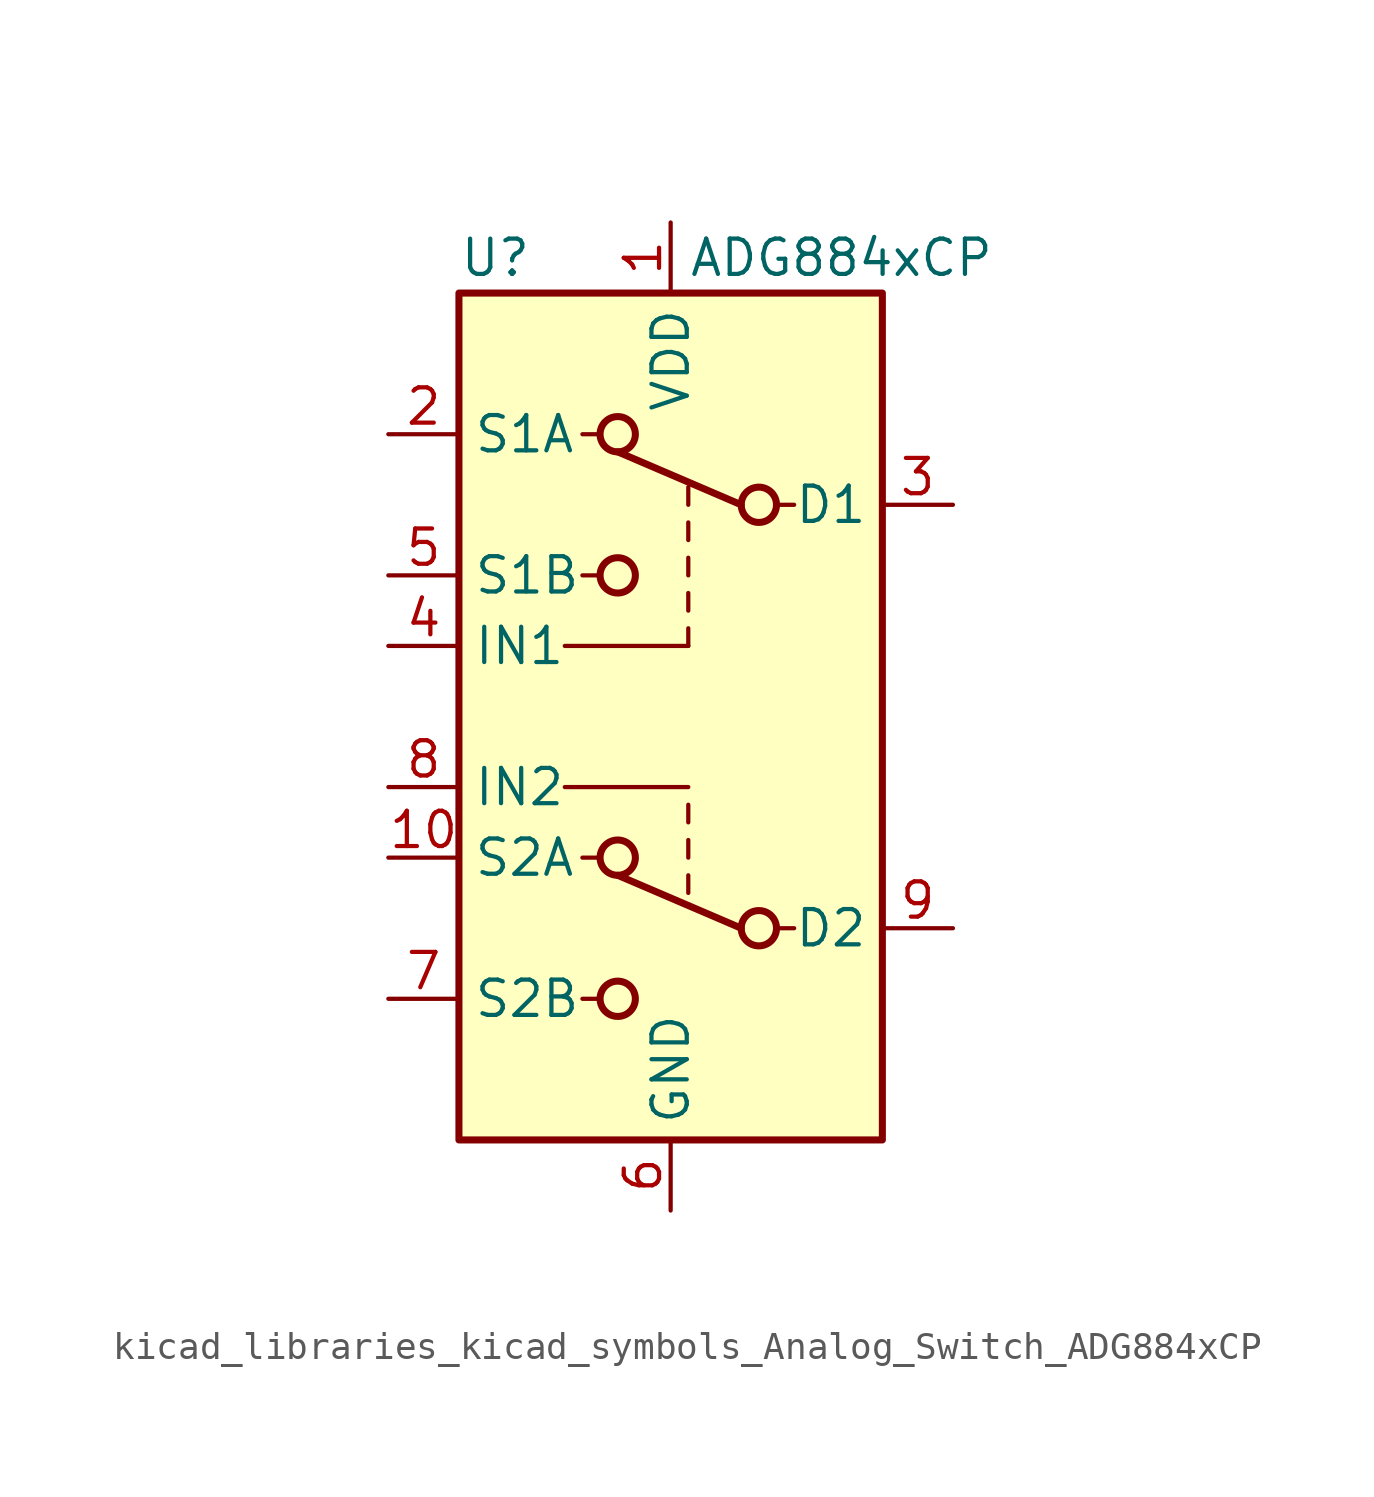
<source format=kicad_sym>
(kicad_symbol_lib
  (version 20220914)
  (generator kicad_symbol_editor)
  (symbol "kicad_libraries_kicad_symbols_Analog_Switch_ADG884xCP"
    (property "Reference" "U"
      (at -7.62 16.51 0)
      (effects (font (size 1.27 1.27)) (justify left)))
    (property "Value" "ADG884xCP"
      (at 0.635 16.51 0)
      (effects (font (size 1.27 1.27)) (justify left)))
    (symbol "kicad_libraries_kicad_symbols_Analog_Switch_ADG884xCP_0_1"
      (rectangle (start -7.62 15.24) (end 7.62 -15.24) (stroke (width 0.254) (type default)) (fill (type background)))
      (circle (center -1.905 -10.16) (radius 0.635) (stroke (width 0.254) (type default)) (fill (type none)))
      (circle (center -1.905 -5.08) (radius 0.635) (stroke (width 0.254) (type default)) (fill (type none)))
      (circle (center -1.905 5.08) (radius 0.635) (stroke (width 0.254) (type default)) (fill (type none)))
      (circle (center -1.905 10.16) (radius 0.635) (stroke (width 0.254) (type default)) (fill (type none)))
      (polyline (pts (xy -3.81 -2.54) (xy 0.635 -2.54)) (stroke (width 0) (type default)) (fill (type none)))
      (polyline (pts (xy -3.81 2.54) (xy 0.635 2.54)) (stroke (width 0) (type default)) (fill (type none)))
      (polyline (pts (xy -3.175 -10.16) (xy -2.54 -10.16)) (stroke (width 0) (type default)) (fill (type none)))
      (polyline (pts (xy -3.175 -5.08) (xy -2.54 -5.08)) (stroke (width 0) (type default)) (fill (type none)))
      (polyline (pts (xy -3.175 5.08) (xy -2.54 5.08)) (stroke (width 0) (type default)) (fill (type none)))
      (polyline (pts (xy -3.175 10.16) (xy -2.54 10.16)) (stroke (width 0) (type default)) (fill (type none)))
      (polyline (pts (xy -1.905 9.525) (xy 2.54 7.62)) (stroke (width 0.254) (type default)) (fill (type none)))
      (polyline (pts (xy 0.635 -5.715) (xy 0.635 -6.35)) (stroke (width 0) (type default)) (fill (type none)))
      (polyline (pts (xy 0.635 -4.445) (xy 0.635 -5.08)) (stroke (width 0) (type default)) (fill (type none)))
      (polyline (pts (xy 0.635 -3.175) (xy 0.635 -3.81)) (stroke (width 0) (type default)) (fill (type none)))
      (polyline (pts (xy 0.635 3.175) (xy 0.635 2.54)) (stroke (width 0) (type default)) (fill (type none)))
      (polyline (pts (xy 0.635 4.445) (xy 0.635 3.81)) (stroke (width 0) (type default)) (fill (type none)))
      (polyline (pts (xy 0.635 5.715) (xy 0.635 5.08)) (stroke (width 0) (type default)) (fill (type none)))
      (polyline (pts (xy 0.635 6.985) (xy 0.635 6.35)) (stroke (width 0) (type default)) (fill (type none)))
      (polyline (pts (xy 0.635 8.255) (xy 0.635 7.62)) (stroke (width 0) (type default)) (fill (type none)))
      (polyline (pts (xy 2.54 -7.62) (xy -1.905 -5.715)) (stroke (width 0.254) (type default)) (fill (type none)))
      (polyline (pts (xy 4.445 -7.62) (xy 3.81 -7.62)) (stroke (width 0) (type default)) (fill (type none)))
      (polyline (pts (xy 4.445 7.62) (xy 3.81 7.62)) (stroke (width 0) (type default)) (fill (type none)))
      (circle (center 3.175 -7.62) (radius 0.635) (stroke (width 0.254) (type default)) (fill (type none)))
      (circle (center 3.175 7.62) (radius 0.635) (stroke (width 0.254) (type default)) (fill (type none))))
    (symbol "kicad_libraries_kicad_symbols_Analog_Switch_ADG884xCP_1_1"
      (pin power_in line (at 0 17.78 270) (length 2.54) (name "VDD" (effects (font (size 1.27 1.27)))) (number "1" (effects (font (size 1.27 1.27)))))
      (pin bidirectional line (at -10.16 -5.08 0) (length 2.54) (name "S2A" (effects (font (size 1.27 1.27)))) (number "10" (effects (font (size 1.27 1.27)))))
      (pin passive line (at 0 -17.78 90) (length 2.54) hide (name "GND" (effects (font (size 1.27 1.27)))) (number "11" (effects (font (size 1.27 1.27)))))
      (pin bidirectional line (at -10.16 10.16 0) (length 2.54) (name "S1A" (effects (font (size 1.27 1.27)))) (number "2" (effects (font (size 1.27 1.27)))))
      (pin bidirectional line (at 10.16 7.62 180) (length 2.54) (name "D1" (effects (font (size 1.27 1.27)))) (number "3" (effects (font (size 1.27 1.27)))))
      (pin input line (at -10.16 2.54 0) (length 2.54) (name "IN1" (effects (font (size 1.27 1.27)))) (number "4" (effects (font (size 1.27 1.27)))))
      (pin bidirectional line (at -10.16 5.08 0) (length 2.54) (name "S1B" (effects (font (size 1.27 1.27)))) (number "5" (effects (font (size 1.27 1.27)))))
      (pin power_in line (at 0 -17.78 90) (length 2.54) (name "GND" (effects (font (size 1.27 1.27)))) (number "6" (effects (font (size 1.27 1.27)))))
      (pin bidirectional line (at -10.16 -10.16 0) (length 2.54) (name "S2B" (effects (font (size 1.27 1.27)))) (number "7" (effects (font (size 1.27 1.27)))))
      (pin input line (at -10.16 -2.54 0) (length 2.54) (name "IN2" (effects (font (size 1.27 1.27)))) (number "8" (effects (font (size 1.27 1.27)))))
      (pin bidirectional line (at 10.16 -7.62 180) (length 2.54) (name "D2" (effects (font (size 1.27 1.27)))) (number "9" (effects (font (size 1.27 1.27))))))))
</source>
